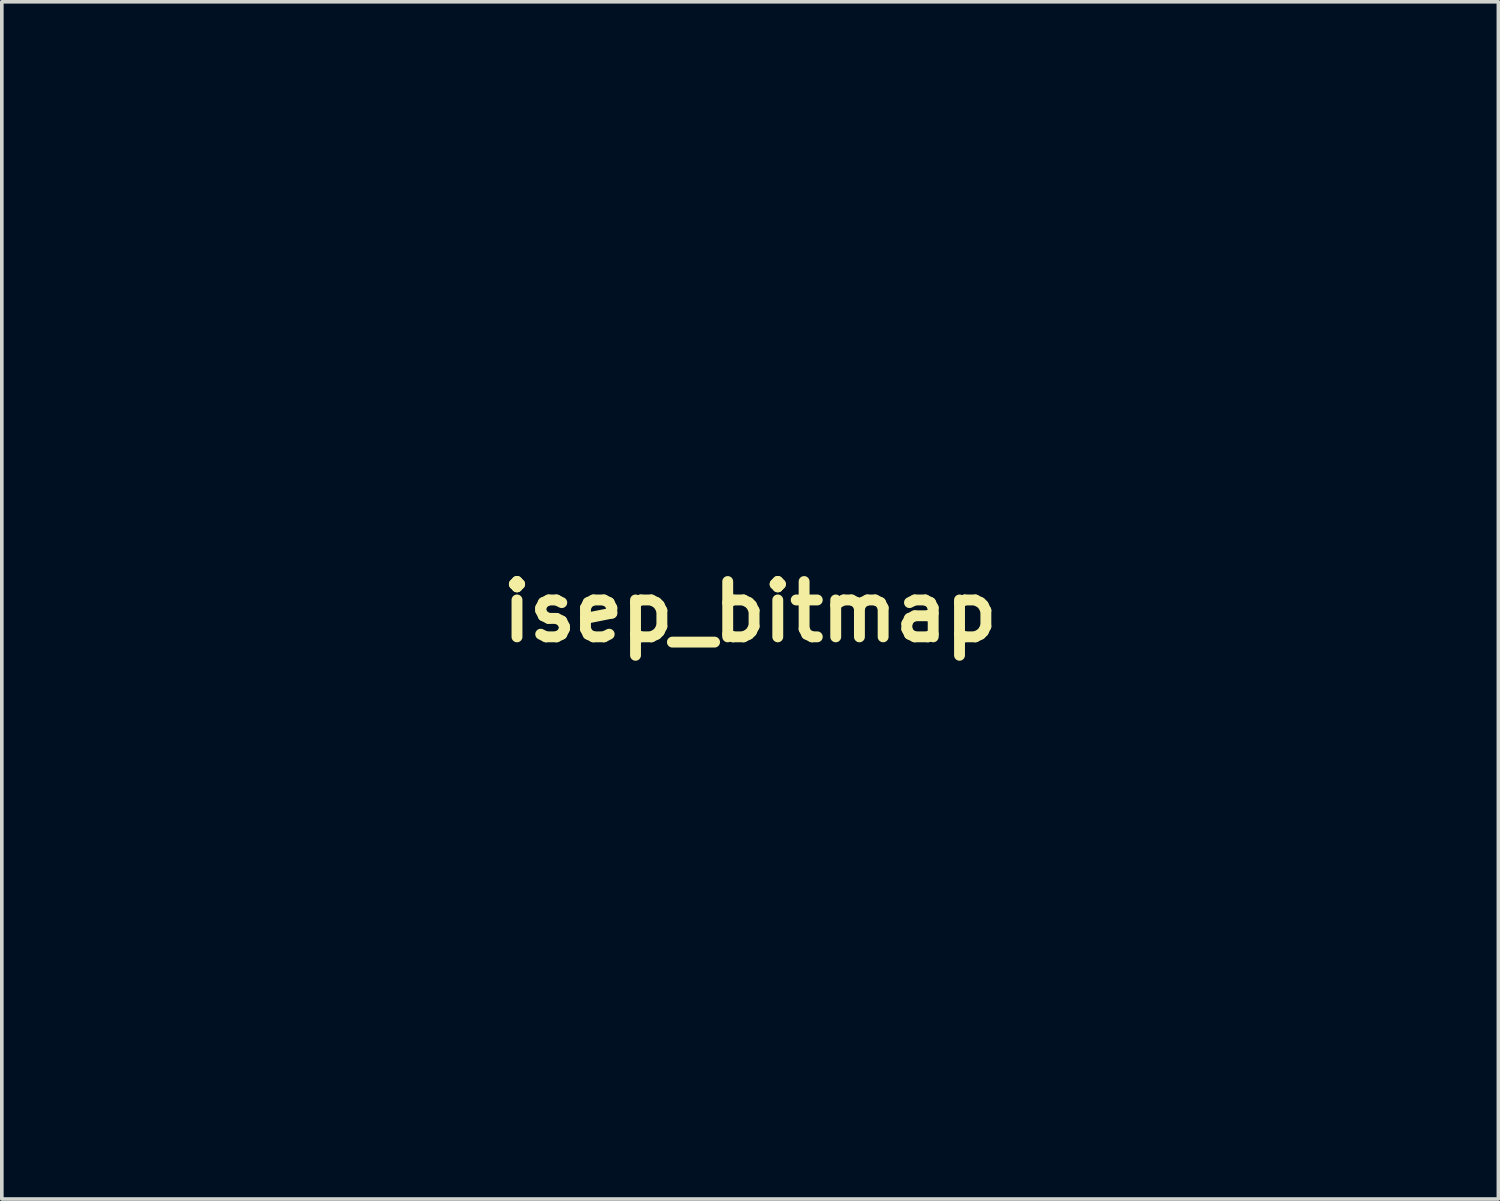
<source format=kicad_pcb>
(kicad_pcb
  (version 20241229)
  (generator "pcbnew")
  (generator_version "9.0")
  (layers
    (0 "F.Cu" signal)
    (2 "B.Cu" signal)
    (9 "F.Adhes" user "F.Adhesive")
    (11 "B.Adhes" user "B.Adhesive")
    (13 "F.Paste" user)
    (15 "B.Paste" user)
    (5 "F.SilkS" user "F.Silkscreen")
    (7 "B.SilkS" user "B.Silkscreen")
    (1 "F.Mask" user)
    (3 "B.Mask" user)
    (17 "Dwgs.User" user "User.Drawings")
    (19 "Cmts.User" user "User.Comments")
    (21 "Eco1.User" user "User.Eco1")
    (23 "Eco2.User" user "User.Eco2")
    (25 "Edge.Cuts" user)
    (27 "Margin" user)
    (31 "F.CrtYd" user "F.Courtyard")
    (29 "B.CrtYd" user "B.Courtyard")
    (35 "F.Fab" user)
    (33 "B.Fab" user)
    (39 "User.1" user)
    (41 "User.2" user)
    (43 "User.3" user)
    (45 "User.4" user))
  (footprint "isep_bitmap"
    (layer "F.Cu")
    (at 17.616 13.806)
    (property "Reference" "isep_bitmap" (at 0 0 0) (layer "F.SilkS") (effects (font (size 1.524 1.524) (thickness 0.3))))
    (attr through_hole)
    (fp_poly (pts (xy -7.62 -12.277) (xy -9.144 -12.277) (xy -9.144 -13.716) (xy -7.62 -13.716) (xy -7.62 -12.277)) (stroke (width 0.01) (type solid)) (fill no) (layer "Eco2.User"))
    (fp_poly (pts (xy -0.169 12.277) (xy -0.762 12.277) (xy -0.762 10.16) (xy -0.169 10.16) (xy -0.169 12.277)) (stroke (width 0.01) (type solid)) (fill no) (layer "Eco2.User"))
    (fp_poly (pts (xy -8.403 -10.989) (xy -7.662 -10.964) (xy -7.662 -3.26) (xy -8.403 -3.235) (xy -9.144 -3.211) (xy -9.144 -11.013) (xy -8.403 -10.989)) (stroke (width 0.01) (type solid)) (fill no) (layer "Eco2.User"))
    (fp_poly (pts (xy -10.953 5.292) (xy -10.937 5.439) (xy -11.014 5.593) (xy -11.147 5.659) (xy -11.273 5.617) (xy -11.311 5.556) (xy -11.317 5.369) (xy -11.184 5.263) (xy -11.08 5.249) (xy -10.953 5.292)) (stroke (width 0.01) (type solid)) (fill no) (layer "Eco2.User"))
    (fp_poly (pts (xy 8.312 5.238) (xy 8.423 5.36) (xy 8.443 5.524) (xy 8.436 5.545) (xy 8.319 5.658) (xy 8.157 5.655) (xy 8.1 5.616) (xy 8.044 5.466) (xy 8.081 5.3) (xy 8.164 5.221) (xy 8.312 5.238)) (stroke (width 0.01) (type solid)) (fill no) (layer "Eco2.User"))
    (fp_poly (pts (xy -0.3 9.343) (xy -0.192 9.5) (xy -0.188 9.69) (xy -0.278 9.842) (xy -0.382 9.888) (xy -0.573 9.861) (xy -0.657 9.808) (xy -0.753 9.627) (xy -0.727 9.449) (xy -0.613 9.32) (xy -0.444 9.282) (xy -0.3 9.343)) (stroke (width 0.01) (type solid)) (fill no) (layer "Eco2.User"))
    (fp_poly (pts (xy 8.234 6.027) (xy 8.314 6.045) (xy 8.368 6.093) (xy 8.401 6.199) (xy 8.417 6.392) (xy 8.424 6.701) (xy 8.424 7.069) (xy 8.421 7.508) (xy 8.409 7.804) (xy 8.385 7.985) (xy 8.345 8.078) (xy 8.293 8.109) (xy 8.143 8.098) (xy 8.103 8.074) (xy 8.08 7.971) (xy 8.061 7.734) (xy 8.048 7.398) (xy 8.043 7.007) (xy 8.044 6.582) (xy 8.051 6.297) (xy 8.069 6.128) (xy 8.103 6.044) (xy 8.159 6.02) (xy 8.234 6.027)) (stroke (width 0.01) (type solid)) (fill no) (layer "Eco2.User"))
    (fp_poly (pts (xy -11.021 6.021) (xy -10.973 6.068) (xy -10.944 6.181) (xy -10.929 6.386) (xy -10.923 6.711) (xy -10.922 7.07) (xy -10.924 7.509) (xy -10.931 7.806) (xy -10.949 7.989) (xy -10.982 8.086) (xy -11.034 8.123) (xy -11.091 8.128) (xy -11.162 8.118) (xy -11.209 8.071) (xy -11.238 7.959) (xy -11.254 7.754) (xy -11.26 7.429) (xy -11.261 7.07) (xy -11.259 6.63) (xy -11.252 6.333) (xy -11.234 6.15) (xy -11.201 6.054) (xy -11.149 6.017) (xy -11.091 6.011) (xy -11.021 6.021)) (stroke (width 0.01) (type solid)) (fill no) (layer "Eco2.User"))
    (fp_poly (pts (xy -6.011 10.316) (xy -5.745 10.184) (xy -5.427 10.091) (xy -5.165 10.155) (xy -4.962 10.369) (xy -4.823 10.729) (xy -4.751 11.23) (xy -4.741 11.536) (xy -4.741 12.277) (xy -5.334 12.277) (xy -5.334 11.594) (xy -5.357 11.105) (xy -5.427 10.774) (xy -5.541 10.6) (xy -5.698 10.587) (xy -5.878 10.716) (xy -5.95 10.839) (xy -5.992 11.051) (xy -6.01 11.386) (xy -6.011 11.563) (xy -6.011 12.277) (xy -6.604 12.277) (xy -6.604 9.229) (xy -6.011 9.229) (xy -6.011 10.316)) (stroke (width 0.01) (type solid)) (fill no) (layer "Eco2.User"))
    (fp_poly (pts (xy -1.047 10.15) (xy -1.017 10.333) (xy -1.016 10.372) (xy -1.036 10.577) (xy -1.111 10.659) (xy -1.179 10.668) (xy -1.376 10.709) (xy -1.506 10.848) (xy -1.58 11.105) (xy -1.608 11.502) (xy -1.609 11.605) (xy -1.609 12.277) (xy -2.201 12.277) (xy -2.201 10.16) (xy -1.947 10.16) (xy -1.756 10.191) (xy -1.692 10.296) (xy -1.692 10.308) (xy -1.668 10.395) (xy -1.629 10.363) (xy -1.491 10.241) (xy -1.288 10.128) (xy -1.112 10.075) (xy -1.106 10.075) (xy -1.047 10.15)) (stroke (width 0.01) (type solid)) (fill no) (layer "Eco2.User"))
    (fp_poly (pts (xy -16.828 9.331) (xy -16.044 9.356) (xy -16.018 9.588) (xy -16.01 9.717) (xy -16.05 9.786) (xy -16.175 9.815) (xy -16.423 9.821) (xy -16.504 9.821) (xy -17.018 9.821) (xy -17.018 10.499) (xy -16.552 10.499) (xy -16.286 10.503) (xy -16.148 10.531) (xy -16.095 10.605) (xy -16.087 10.749) (xy -16.087 10.753) (xy -16.094 10.898) (xy -16.146 10.973) (xy -16.282 11.002) (xy -16.545 11.007) (xy -17.018 11.007) (xy -17.018 11.769) (xy -16.002 11.769) (xy -16.002 12.277) (xy -17.611 12.277) (xy -17.611 9.307) (xy -16.828 9.331)) (stroke (width 0.01) (type solid)) (fill no) (layer "Eco2.User"))
    (fp_poly (pts (xy -17.38 5.172) (xy -17.336 5.21) (xy -17.306 5.301) (xy -17.287 5.469) (xy -17.277 5.738) (xy -17.273 6.13) (xy -17.272 6.646) (xy -17.273 7.179) (xy -17.277 7.567) (xy -17.288 7.831) (xy -17.307 7.996) (xy -17.337 8.085) (xy -17.382 8.121) (xy -17.441 8.128) (xy -17.502 8.121) (xy -17.547 8.083) (xy -17.577 7.992) (xy -17.596 7.823) (xy -17.606 7.555) (xy -17.61 7.163) (xy -17.611 6.646) (xy -17.61 6.113) (xy -17.606 5.726) (xy -17.595 5.462) (xy -17.576 5.297) (xy -17.545 5.208) (xy -17.5 5.171) (xy -17.441 5.165) (xy -17.38 5.172)) (stroke (width 0.01) (type solid)) (fill no) (layer "Eco2.User"))
    (fp_poly (pts (xy -14.372 10.108) (xy -14.227 10.159) (xy -14.041 10.26) (xy -13.91 10.402) (xy -13.824 10.616) (xy -13.77 10.934) (xy -13.736 11.387) (xy -13.733 11.45) (xy -13.693 12.277) (xy -14.393 12.277) (xy -14.393 11.478) (xy -14.396 11.103) (xy -14.41 10.864) (xy -14.441 10.726) (xy -14.497 10.655) (xy -14.567 10.624) (xy -14.746 10.601) (xy -14.869 10.678) (xy -14.944 10.873) (xy -14.98 11.205) (xy -14.986 11.525) (xy -14.986 12.277) (xy -15.579 12.277) (xy -15.579 10.16) (xy -15.325 10.16) (xy -15.146 10.184) (xy -15.071 10.242) (xy -15.071 10.243) (xy -15.005 10.265) (xy -14.84 10.215) (xy -14.78 10.188) (xy -14.555 10.103) (xy -14.372 10.108)) (stroke (width 0.01) (type solid)) (fill no) (layer "Eco2.User"))
    (fp_poly (pts (xy -7.683 10.108) (xy -7.538 10.159) (xy -7.352 10.26) (xy -7.222 10.402) (xy -7.135 10.616) (xy -7.081 10.934) (xy -7.048 11.387) (xy -7.044 11.45) (xy -7.005 12.277) (xy -7.705 12.277) (xy -7.705 11.478) (xy -7.708 11.103) (xy -7.721 10.864) (xy -7.753 10.726) (xy -7.808 10.655) (xy -7.878 10.624) (xy -8.057 10.601) (xy -8.18 10.678) (xy -8.255 10.873) (xy -8.291 11.205) (xy -8.297 11.525) (xy -8.297 12.277) (xy -8.89 12.277) (xy -8.89 10.16) (xy -8.636 10.16) (xy -8.458 10.184) (xy -8.382 10.242) (xy -8.382 10.243) (xy -8.316 10.265) (xy -8.151 10.215) (xy -8.092 10.188) (xy -7.866 10.103) (xy -7.683 10.108)) (stroke (width 0.01) (type solid)) (fill no) (layer "Eco2.User"))
    (fp_poly (pts (xy -6.923 -10.922) (xy -6.905 -10.671) (xy -6.891 -10.254) (xy -6.879 -9.675) (xy -6.869 -8.934) (xy -6.863 -8.035) (xy -6.859 -6.979) (xy -6.858 -5.969) (xy -6.859 -4.783) (xy -6.864 -3.751) (xy -6.871 -2.877) (xy -6.88 -2.161) (xy -6.893 -1.607) (xy -6.908 -1.217) (xy -6.926 -0.991) (xy -6.943 -0.931) (xy -6.963 -1.016) (xy -6.98 -1.267) (xy -6.995 -1.684) (xy -7.007 -2.263) (xy -7.016 -3.004) (xy -7.023 -3.903) (xy -7.026 -4.959) (xy -7.027 -5.969) (xy -7.026 -7.155) (xy -7.022 -8.187) (xy -7.015 -9.061) (xy -7.005 -9.777) (xy -6.993 -10.331) (xy -6.977 -10.721) (xy -6.96 -10.947) (xy -6.943 -11.007) (xy -6.923 -10.922)) (stroke (width 0.01) (type solid)) (fill no) (layer "Eco2.User"))
    (fp_poly (pts (xy -1.081 -6.858) (xy -1.063 -6.607) (xy -1.049 -6.19) (xy -1.037 -5.611) (xy -1.027 -4.87) (xy -1.021 -3.971) (xy -1.017 -2.915) (xy -1.016 -1.905) (xy -1.017 -0.719) (xy -1.022 0.313) (xy -1.029 1.187) (xy -1.038 1.903) (xy -1.051 2.457) (xy -1.066 2.847) (xy -1.084 3.073) (xy -1.101 3.133) (xy -1.121 3.048) (xy -1.138 2.797) (xy -1.153 2.38) (xy -1.165 1.801) (xy -1.174 1.06) (xy -1.181 0.161) (xy -1.184 -0.895) (xy -1.185 -1.905) (xy -1.184 -3.091) (xy -1.18 -4.123) (xy -1.173 -4.997) (xy -1.163 -5.713) (xy -1.151 -6.267) (xy -1.135 -6.657) (xy -1.118 -6.883) (xy -1.101 -6.943) (xy -1.081 -6.858)) (stroke (width 0.01) (type solid)) (fill no) (layer "Eco2.User"))
    (fp_poly (pts (xy 14.116 10.231) (xy 14.139 10.329) (xy 14.079 10.471) (xy 13.975 10.499) (xy 13.782 10.56) (xy 13.649 10.75) (xy 13.572 11.08) (xy 13.547 11.562) (xy 13.547 11.576) (xy 13.543 11.92) (xy 13.528 12.129) (xy 13.493 12.235) (xy 13.429 12.273) (xy 13.377 12.277) (xy 13.302 12.265) (xy 13.252 12.21) (xy 13.221 12.081) (xy 13.205 11.85) (xy 13.196 11.485) (xy 13.194 11.388) (xy 13.187 11.003) (xy 13.181 10.671) (xy 13.175 10.436) (xy 13.173 10.352) (xy 13.236 10.214) (xy 13.314 10.176) (xy 13.432 10.204) (xy 13.462 10.339) (xy 13.462 10.531) (xy 13.635 10.345) (xy 13.825 10.201) (xy 13.999 10.163) (xy 14.116 10.231)) (stroke (width 0.01) (type solid)) (fill no) (layer "Eco2.User"))
    (fp_poly (pts (xy 7.704 6.056) (xy 7.705 6.089) (xy 7.63 6.251) (xy 7.491 6.316) (xy 7.323 6.387) (xy 7.212 6.519) (xy 7.147 6.742) (xy 7.117 7.084) (xy 7.112 7.403) (xy 7.109 7.754) (xy 7.094 7.97) (xy 7.061 8.081) (xy 7.001 8.123) (xy 6.943 8.128) (xy 6.868 8.117) (xy 6.82 8.065) (xy 6.791 7.943) (xy 6.778 7.72) (xy 6.774 7.369) (xy 6.773 7.204) (xy 6.769 6.813) (xy 6.757 6.478) (xy 6.739 6.239) (xy 6.722 6.145) (xy 6.728 6.038) (xy 6.849 6.011) (xy 6.995 6.065) (xy 7.027 6.19) (xy 7.027 6.369) (xy 7.176 6.197) (xy 7.363 6.043) (xy 7.514 5.971) (xy 7.659 5.956) (xy 7.704 6.056)) (stroke (width 0.01) (type solid)) (fill no) (layer "Eco2.User"))
    (fp_poly (pts (xy 12.276 6.056) (xy 12.277 6.089) (xy 12.202 6.251) (xy 12.063 6.316) (xy 11.895 6.387) (xy 11.784 6.519) (xy 11.719 6.742) (xy 11.689 7.084) (xy 11.684 7.403) (xy 11.681 7.754) (xy 11.666 7.97) (xy 11.633 8.081) (xy 11.573 8.123) (xy 11.515 8.128) (xy 11.44 8.117) (xy 11.392 8.065) (xy 11.363 7.943) (xy 11.35 7.72) (xy 11.346 7.369) (xy 11.345 7.204) (xy 11.341 6.813) (xy 11.329 6.478) (xy 11.311 6.239) (xy 11.294 6.145) (xy 11.3 6.038) (xy 11.421 6.011) (xy 11.567 6.065) (xy 11.599 6.19) (xy 11.599 6.369) (xy 11.748 6.197) (xy 11.935 6.043) (xy 12.086 5.971) (xy 12.231 5.956) (xy 12.276 6.056)) (stroke (width 0.01) (type solid)) (fill no) (layer "Eco2.User"))
    (fp_poly (pts (xy 4.422 -13.716) (xy 4.439 -13.465) (xy 4.454 -13.048) (xy 4.466 -12.467) (xy 4.475 -11.725) (xy 4.482 -10.824) (xy 4.486 -9.765) (xy 4.487 -8.55) (xy 4.487 -8.509) (xy 4.486 -7.289) (xy 4.482 -6.225) (xy 4.475 -5.319) (xy 4.466 -4.572) (xy 4.454 -3.986) (xy 4.44 -3.564) (xy 4.423 -3.307) (xy 4.403 -3.217) (xy 4.403 -3.217) (xy 4.383 -3.302) (xy 4.366 -3.553) (xy 4.352 -3.97) (xy 4.34 -4.551) (xy 4.33 -5.293) (xy 4.324 -6.194) (xy 4.319 -7.253) (xy 4.318 -8.468) (xy 4.318 -8.509) (xy 4.319 -9.729) (xy 4.323 -10.793) (xy 4.33 -11.699) (xy 4.339 -12.446) (xy 4.351 -13.032) (xy 4.366 -13.454) (xy 4.383 -13.711) (xy 4.402 -13.801) (xy 4.403 -13.801) (xy 4.422 -13.716)) (stroke (width 0.01) (type solid)) (fill no) (layer "Eco2.User"))
    (fp_poly (pts (xy 16.923 10.189) (xy 17.226 10.35) (xy 17.453 10.624) (xy 17.58 10.994) (xy 17.588 11.399) (xy 17.478 11.765) (xy 17.26 12.061) (xy 16.969 12.263) (xy 16.639 12.346) (xy 16.306 12.288) (xy 16.298 12.285) (xy 16 12.073) (xy 15.798 11.767) (xy 15.696 11.407) (xy 15.696 11.235) (xy 16.056 11.235) (xy 16.103 11.585) (xy 16.205 11.809) (xy 16.339 11.961) (xy 16.512 12.011) (xy 16.663 12.006) (xy 16.892 11.959) (xy 17.043 11.833) (xy 17.136 11.68) (xy 17.246 11.358) (xy 17.245 11.05) (xy 17.155 10.779) (xy 16.996 10.57) (xy 16.79 10.449) (xy 16.557 10.439) (xy 16.317 10.567) (xy 16.257 10.625) (xy 16.108 10.893) (xy 16.056 11.235) (xy 15.696 11.235) (xy 15.695 11.033) (xy 15.798 10.685) (xy 16.007 10.402) (xy 16.179 10.283) (xy 16.566 10.161) (xy 16.923 10.189)) (stroke (width 0.01) (type solid)) (fill no) (layer "Eco2.User"))
    (fp_poly (pts (xy -12.283 5.61) (xy -12.277 5.754) (xy -12.26 5.927) (xy -12.177 5.998) (xy -11.98 6.011) (xy -11.761 6.039) (xy -11.685 6.127) (xy -11.684 6.138) (xy -11.748 6.232) (xy -11.953 6.265) (xy -11.98 6.265) (xy -12.277 6.265) (xy -12.277 6.926) (xy -12.252 7.396) (xy -12.179 7.704) (xy -12.057 7.851) (xy -11.908 7.848) (xy -11.795 7.85) (xy -11.769 7.961) (xy -11.804 8.078) (xy -11.941 8.124) (xy -12.055 8.128) (xy -12.295 8.087) (xy -12.457 7.988) (xy -12.525 7.815) (xy -12.574 7.49) (xy -12.602 7.057) (xy -12.619 6.685) (xy -12.642 6.451) (xy -12.678 6.324) (xy -12.734 6.273) (xy -12.793 6.265) (xy -12.926 6.21) (xy -12.954 6.138) (xy -12.883 6.035) (xy -12.785 6.011) (xy -12.643 5.951) (xy -12.615 5.845) (xy -12.547 5.675) (xy -12.446 5.588) (xy -12.328 5.544) (xy -12.283 5.61)) (stroke (width 0.01) (type solid)) (fill no) (layer "Eco2.User"))
    (fp_poly (pts (xy -9.91 5.666) (xy -9.906 5.765) (xy -9.884 5.94) (xy -9.783 6.004) (xy -9.652 6.011) (xy -9.45 6.049) (xy -9.398 6.138) (xy -9.474 6.239) (xy -9.652 6.265) (xy -9.906 6.265) (xy -9.906 6.975) (xy -9.888 7.414) (xy -9.83 7.699) (xy -9.728 7.844) (xy -9.575 7.859) (xy -9.526 7.844) (xy -9.421 7.856) (xy -9.398 7.961) (xy -9.465 8.087) (xy -9.628 8.139) (xy -9.834 8.118) (xy -10.026 8.028) (xy -10.113 7.94) (xy -10.187 7.767) (xy -10.229 7.49) (xy -10.244 7.078) (xy -10.245 7.008) (xy -10.248 6.652) (xy -10.261 6.432) (xy -10.294 6.316) (xy -10.352 6.271) (xy -10.414 6.265) (xy -10.552 6.212) (xy -10.583 6.138) (xy -10.513 6.035) (xy -10.414 6.011) (xy -10.279 5.959) (xy -10.245 5.81) (xy -10.181 5.623) (xy -10.075 5.563) (xy -9.954 5.56) (xy -9.91 5.666)) (stroke (width 0.01) (type solid)) (fill no) (layer "Eco2.User"))
    (fp_poly (pts (xy -4.161 6.009) (xy -3.874 6.18) (xy -3.657 6.447) (xy -3.53 6.786) (xy -3.514 7.174) (xy -3.604 7.524) (xy -3.816 7.86) (xy -4.11 8.067) (xy -4.45 8.138) (xy -4.802 8.065) (xy -5.129 7.842) (xy -5.131 7.84) (xy -5.308 7.64) (xy -5.393 7.453) (xy -5.418 7.198) (xy -5.419 7.116) (xy -5.395 6.9) (xy -5.068 6.9) (xy -5.057 7.149) (xy -4.97 7.509) (xy -4.805 7.751) (xy -4.584 7.862) (xy -4.333 7.828) (xy -4.102 7.666) (xy -3.947 7.406) (xy -3.885 7.076) (xy -3.918 6.741) (xy -4.05 6.471) (xy -4.067 6.451) (xy -4.316 6.289) (xy -4.589 6.281) (xy -4.843 6.422) (xy -4.913 6.498) (xy -5.028 6.686) (xy -5.068 6.9) (xy -5.395 6.9) (xy -5.369 6.663) (xy -5.212 6.33) (xy -4.938 6.096) (xy -4.86 6.055) (xy -4.496 5.96) (xy -4.161 6.009)) (stroke (width 0.01) (type solid)) (fill no) (layer "Eco2.User"))
    (fp_poly (pts (xy 10.028 5.963) (xy 10.36 6.102) (xy 10.609 6.355) (xy 10.768 6.685) (xy 10.828 7.055) (xy 10.783 7.426) (xy 10.624 7.761) (xy 10.433 7.962) (xy 10.16 8.087) (xy 9.82 8.126) (xy 9.494 8.074) (xy 9.332 7.996) (xy 9.074 7.731) (xy 8.934 7.405) (xy 8.905 7.08) (xy 9.271 7.08) (xy 9.329 7.4) (xy 9.481 7.666) (xy 9.695 7.835) (xy 9.864 7.874) (xy 10.044 7.815) (xy 10.236 7.671) (xy 10.251 7.656) (xy 10.409 7.375) (xy 10.458 7.027) (xy 10.395 6.675) (xy 10.306 6.494) (xy 10.142 6.323) (xy 9.914 6.266) (xy 9.864 6.265) (xy 9.582 6.339) (xy 9.385 6.551) (xy 9.283 6.885) (xy 9.271 7.08) (xy 8.905 7.08) (xy 8.902 7.051) (xy 8.967 6.7) (xy 9.119 6.384) (xy 9.346 6.133) (xy 9.637 5.98) (xy 9.983 5.955) (xy 10.028 5.963)) (stroke (width 0.01) (type solid)) (fill no) (layer "Eco2.User"))
    (fp_poly (pts (xy -6.272 5.61) (xy -6.265 5.754) (xy -6.249 5.927) (xy -6.166 5.998) (xy -5.969 6.011) (xy -5.75 6.039) (xy -5.673 6.127) (xy -5.673 6.138) (xy -5.737 6.232) (xy -5.942 6.265) (xy -5.969 6.265) (xy -6.265 6.265) (xy -6.265 6.926) (xy -6.241 7.396) (xy -6.168 7.704) (xy -6.045 7.851) (xy -5.897 7.848) (xy -5.784 7.85) (xy -5.757 7.961) (xy -5.824 8.087) (xy -5.988 8.139) (xy -6.193 8.118) (xy -6.385 8.028) (xy -6.472 7.94) (xy -6.546 7.767) (xy -6.588 7.49) (xy -6.604 7.078) (xy -6.604 7.008) (xy -6.607 6.652) (xy -6.621 6.432) (xy -6.653 6.316) (xy -6.711 6.271) (xy -6.773 6.265) (xy -6.911 6.212) (xy -6.943 6.138) (xy -6.872 6.035) (xy -6.773 6.011) (xy -6.631 5.951) (xy -6.604 5.845) (xy -6.536 5.675) (xy -6.435 5.588) (xy -6.317 5.544) (xy -6.272 5.61)) (stroke (width 0.01) (type solid)) (fill no) (layer "Eco2.User"))
    (fp_poly (pts (xy 6.79 10.19) (xy 7.007 10.306) (xy 7.111 10.4) (xy 7.331 10.727) (xy 7.424 11.11) (xy 7.395 11.504) (xy 7.249 11.864) (xy 6.991 12.147) (xy 6.927 12.19) (xy 6.631 12.327) (xy 6.356 12.34) (xy 6.038 12.237) (xy 5.766 12.035) (xy 5.588 11.732) (xy 5.508 11.371) (xy 5.52 11.135) (xy 5.869 11.135) (xy 5.878 11.459) (xy 5.98 11.751) (xy 6.06 11.86) (xy 6.282 11.993) (xy 6.558 12.011) (xy 6.804 11.915) (xy 6.944 11.723) (xy 7.027 11.434) (xy 7.039 11.11) (xy 7.01 10.944) (xy 6.871 10.669) (xy 6.646 10.489) (xy 6.383 10.436) (xy 6.31 10.448) (xy 6.093 10.582) (xy 5.943 10.827) (xy 5.869 11.135) (xy 5.52 11.135) (xy 5.527 10.993) (xy 5.647 10.639) (xy 5.87 10.351) (xy 5.945 10.292) (xy 6.149 10.208) (xy 6.424 10.163) (xy 6.502 10.16) (xy 6.79 10.19)) (stroke (width 0.01) (type solid)) (fill no) (layer "Eco2.User"))
    (fp_poly (pts (xy 14.867 9.803) (xy 14.901 9.942) (xy 14.927 10.098) (xy 15.041 10.155) (xy 15.155 10.16) (xy 15.341 10.187) (xy 15.407 10.286) (xy 15.409 10.329) (xy 15.369 10.453) (xy 15.221 10.497) (xy 15.155 10.499) (xy 14.901 10.499) (xy 14.901 11.127) (xy 14.909 11.53) (xy 14.938 11.793) (xy 14.998 11.944) (xy 15.1 12.011) (xy 15.213 12.023) (xy 15.369 12.056) (xy 15.394 12.171) (xy 15.297 12.301) (xy 15.112 12.346) (xy 14.897 12.303) (xy 14.737 12.197) (xy 14.652 12.089) (xy 14.599 11.948) (xy 14.572 11.731) (xy 14.563 11.399) (xy 14.563 11.261) (xy 14.56 10.899) (xy 14.547 10.674) (xy 14.516 10.554) (xy 14.46 10.506) (xy 14.393 10.499) (xy 14.252 10.439) (xy 14.224 10.329) (xy 14.285 10.187) (xy 14.387 10.16) (xy 14.534 10.089) (xy 14.578 9.97) (xy 14.65 9.803) (xy 14.765 9.746) (xy 14.867 9.803)) (stroke (width 0.01) (type solid)) (fill no) (layer "Eco2.User"))
    (fp_poly (pts (xy -13.442 6.003) (xy -13.271 6.105) (xy -13.254 6.206) (xy -13.374 6.283) (xy -13.619 6.315) (xy -13.656 6.315) (xy -13.887 6.323) (xy -13.998 6.376) (xy -14.039 6.494) (xy -14.018 6.636) (xy -13.886 6.762) (xy -13.727 6.852) (xy -13.375 7.085) (xy -13.179 7.336) (xy -13.144 7.597) (xy -13.274 7.858) (xy -13.331 7.92) (xy -13.543 8.071) (xy -13.814 8.125) (xy -13.903 8.127) (xy -14.154 8.111) (xy -14.341 8.072) (xy -14.375 8.056) (xy -14.443 7.93) (xy -14.431 7.851) (xy -14.361 7.762) (xy -14.224 7.786) (xy -14.181 7.805) (xy -13.928 7.861) (xy -13.7 7.815) (xy -13.54 7.69) (xy -13.489 7.51) (xy -13.508 7.429) (xy -13.602 7.33) (xy -13.796 7.196) (xy -13.93 7.12) (xy -14.226 6.916) (xy -14.365 6.707) (xy -14.366 6.703) (xy -14.362 6.421) (xy -14.226 6.183) (xy -13.996 6.019) (xy -13.708 5.955) (xy -13.442 6.003)) (stroke (width 0.01) (type solid)) (fill no) (layer "Eco2.User"))
    (fp_poly (pts (xy 9.888 9.424) (xy 10.195 9.573) (xy 10.295 9.661) (xy 10.426 9.926) (xy 10.456 10.218) (xy 10.434 10.487) (xy 10.342 10.678) (xy 10.18 10.844) (xy 9.889 11.037) (xy 9.552 11.111) (xy 9.292 11.106) (xy 9.214 11.121) (xy 9.169 11.204) (xy 9.148 11.392) (xy 9.144 11.685) (xy 9.139 11.996) (xy 9.119 12.174) (xy 9.072 12.256) (xy 8.988 12.277) (xy 8.975 12.277) (xy 8.913 12.269) (xy 8.868 12.231) (xy 8.838 12.137) (xy 8.819 11.966) (xy 8.81 11.692) (xy 8.806 11.293) (xy 8.805 10.845) (xy 8.805 9.652) (xy 9.144 9.652) (xy 9.144 10.837) (xy 9.431 10.837) (xy 9.685 10.794) (xy 9.893 10.689) (xy 10.08 10.443) (xy 10.124 10.178) (xy 10.039 9.933) (xy 9.842 9.745) (xy 9.548 9.655) (xy 9.477 9.652) (xy 9.144 9.652) (xy 8.805 9.652) (xy 8.805 9.413) (xy 9.134 9.357) (xy 9.513 9.346) (xy 9.888 9.424)) (stroke (width 0.01) (type solid)) (fill no) (layer "Eco2.User"))
    (fp_poly (pts (xy 12.083 10.223) (xy 12.41 10.446) (xy 12.412 10.448) (xy 12.589 10.648) (xy 12.674 10.835) (xy 12.699 11.09) (xy 12.7 11.172) (xy 12.648 11.63) (xy 12.489 11.967) (xy 12.214 12.197) (xy 12.162 12.223) (xy 11.836 12.338) (xy 11.553 12.334) (xy 11.378 12.278) (xy 11.093 12.078) (xy 10.896 11.768) (xy 10.8 11.389) (xy 10.809 11.194) (xy 11.167 11.194) (xy 11.187 11.523) (xy 11.296 11.794) (xy 11.345 11.853) (xy 11.592 11.995) (xy 11.871 12.005) (xy 12.12 11.882) (xy 12.158 11.844) (xy 12.267 11.654) (xy 12.314 11.37) (xy 12.319 11.202) (xy 12.306 10.91) (xy 12.253 10.728) (xy 12.143 10.596) (xy 12.119 10.576) (xy 11.857 10.434) (xy 11.611 10.457) (xy 11.384 10.622) (xy 11.233 10.872) (xy 11.167 11.194) (xy 10.809 11.194) (xy 10.819 10.985) (xy 10.885 10.764) (xy 11.097 10.428) (xy 11.391 10.221) (xy 11.732 10.15) (xy 12.083 10.223)) (stroke (width 0.01) (type solid)) (fill no) (layer "Eco2.User"))
    (fp_poly (pts (xy 5.863 6.096) (xy 6.098 6.313) (xy 6.239 6.623) (xy 6.265 6.85) (xy 6.265 7.112) (xy 4.849 7.112) (xy 4.89 7.326) (xy 5.021 7.602) (xy 5.27 7.784) (xy 5.599 7.851) (xy 5.732 7.842) (xy 5.99 7.83) (xy 6.135 7.873) (xy 6.145 7.886) (xy 6.146 7.996) (xy 6.019 8.075) (xy 5.804 8.121) (xy 5.54 8.131) (xy 5.267 8.103) (xy 5.023 8.035) (xy 4.886 7.957) (xy 4.659 7.679) (xy 4.536 7.313) (xy 4.523 6.91) (xy 4.578 6.702) (xy 4.911 6.702) (xy 4.933 6.79) (xy 5.026 6.837) (xy 5.227 6.856) (xy 5.419 6.858) (xy 5.733 6.844) (xy 5.895 6.8) (xy 5.927 6.75) (xy 5.854 6.532) (xy 5.677 6.35) (xy 5.46 6.266) (xy 5.442 6.265) (xy 5.192 6.327) (xy 4.997 6.483) (xy 4.911 6.686) (xy 4.911 6.702) (xy 4.578 6.702) (xy 4.626 6.521) (xy 4.706 6.373) (xy 4.957 6.111) (xy 5.258 5.984) (xy 5.571 5.983) (xy 5.863 6.096)) (stroke (width 0.01) (type solid)) (fill no) (layer "Eco2.User"))
    (fp_poly (pts (xy 17.196 6.057) (xy 17.437 6.274) (xy 17.581 6.595) (xy 17.611 6.854) (xy 17.611 7.112) (xy 16.933 7.112) (xy 16.597 7.114) (xy 16.396 7.129) (xy 16.295 7.165) (xy 16.26 7.234) (xy 16.256 7.318) (xy 16.332 7.561) (xy 16.534 7.745) (xy 16.823 7.842) (xy 17.078 7.842) (xy 17.325 7.835) (xy 17.481 7.88) (xy 17.517 7.962) (xy 17.431 8.052) (xy 17.241 8.107) (xy 16.96 8.122) (xy 16.66 8.098) (xy 16.414 8.04) (xy 16.361 8.016) (xy 16.083 7.784) (xy 15.929 7.457) (xy 15.888 7.044) (xy 15.943 6.652) (xy 16.272 6.652) (xy 16.275 6.775) (xy 16.413 6.838) (xy 16.7 6.858) (xy 16.764 6.858) (xy 17.053 6.85) (xy 17.209 6.819) (xy 17.268 6.755) (xy 17.272 6.716) (xy 17.201 6.492) (xy 17.023 6.34) (xy 16.791 6.275) (xy 16.557 6.314) (xy 16.388 6.454) (xy 16.272 6.652) (xy 15.943 6.652) (xy 15.95 6.608) (xy 16.128 6.288) (xy 16.434 6.066) (xy 16.539 6.022) (xy 16.888 5.965) (xy 17.196 6.057)) (stroke (width 0.01) (type solid)) (fill no) (layer "Eco2.User"))
    (fp_poly (pts (xy 1.372 10.155) (xy 1.612 10.262) (xy 1.778 10.431) (xy 1.882 10.689) (xy 1.935 11.064) (xy 1.947 11.51) (xy 1.947 12.277) (xy 1.693 12.277) (xy 1.515 12.252) (xy 1.439 12.191) (xy 1.439 12.19) (xy 1.375 12.163) (xy 1.213 12.22) (xy 1.19 12.232) (xy 0.934 12.338) (xy 0.733 12.341) (xy 0.55 12.264) (xy 0.288 12.047) (xy 0.169 11.788) (xy 0.177 11.674) (xy 0.763 11.674) (xy 0.818 11.797) (xy 0.969 11.854) (xy 1.157 11.83) (xy 1.292 11.742) (xy 1.303 11.719) (xy 1.36 11.455) (xy 1.297 11.302) (xy 1.128 11.273) (xy 0.926 11.348) (xy 0.796 11.49) (xy 0.763 11.674) (xy 0.177 11.674) (xy 0.188 11.515) (xy 0.334 11.258) (xy 0.599 11.047) (xy 0.925 10.923) (xy 1.179 10.849) (xy 1.291 10.773) (xy 1.294 10.694) (xy 1.219 10.615) (xy 1.049 10.591) (xy 0.838 10.603) (xy 0.553 10.608) (xy 0.398 10.543) (xy 0.341 10.389) (xy 0.339 10.326) (xy 0.415 10.238) (xy 0.608 10.169) (xy 0.867 10.126) (xy 1.141 10.12) (xy 1.372 10.155)) (stroke (width 0.01) (type solid)) (fill no) (layer "Eco2.User"))
    (fp_poly (pts (xy 1.596 6.022) (xy 1.643 6.071) (xy 1.672 6.187) (xy 1.687 6.396) (xy 1.693 6.727) (xy 1.693 7.07) (xy 1.69 7.517) (xy 1.68 7.82) (xy 1.658 8.006) (xy 1.622 8.1) (xy 1.569 8.128) (xy 1.564 8.128) (xy 1.422 8.06) (xy 1.386 8.002) (xy 1.332 7.922) (xy 1.236 7.95) (xy 1.158 8.002) (xy 0.904 8.104) (xy 0.608 8.119) (xy 0.354 8.047) (xy 0.316 8.022) (xy 0.164 7.841) (xy 0.064 7.555) (xy 0.012 7.144) (xy 0 6.725) (xy 0.003 6.377) (xy 0.018 6.165) (xy 0.052 6.055) (xy 0.114 6.016) (xy 0.169 6.011) (xy 0.26 6.028) (xy 0.311 6.102) (xy 0.334 6.271) (xy 0.339 6.571) (xy 0.339 6.583) (xy 0.368 7.128) (xy 0.451 7.524) (xy 0.586 7.767) (xy 0.772 7.853) (xy 1.007 7.781) (xy 1.09 7.726) (xy 1.196 7.635) (xy 1.263 7.529) (xy 1.303 7.367) (xy 1.324 7.109) (xy 1.337 6.786) (xy 1.351 6.419) (xy 1.372 6.191) (xy 1.408 6.068) (xy 1.465 6.019) (xy 1.527 6.011) (xy 1.596 6.022)) (stroke (width 0.01) (type solid)) (fill no) (layer "Eco2.User"))
    (fp_poly (pts (xy -15.362 6.015) (xy -15.112 6.225) (xy -15.065 6.295) (xy -14.982 6.47) (xy -14.931 6.689) (xy -14.907 6.998) (xy -14.902 7.345) (xy -14.904 7.713) (xy -14.917 7.943) (xy -14.946 8.068) (xy -14.999 8.119) (xy -15.071 8.128) (xy -15.154 8.114) (xy -15.205 8.05) (xy -15.231 7.903) (xy -15.24 7.638) (xy -15.241 7.429) (xy -15.255 7.066) (xy -15.29 6.752) (xy -15.34 6.541) (xy -15.349 6.519) (xy -15.523 6.334) (xy -15.758 6.28) (xy -16 6.362) (xy -16.082 6.43) (xy -16.167 6.537) (xy -16.219 6.679) (xy -16.246 6.895) (xy -16.256 7.227) (xy -16.256 7.366) (xy -16.259 7.728) (xy -16.272 7.953) (xy -16.303 8.073) (xy -16.359 8.121) (xy -16.425 8.128) (xy -16.496 8.118) (xy -16.543 8.071) (xy -16.572 7.959) (xy -16.588 7.754) (xy -16.594 7.429) (xy -16.595 7.07) (xy -16.591 6.617) (xy -16.579 6.309) (xy -16.556 6.122) (xy -16.518 6.031) (xy -16.475 6.011) (xy -16.346 6.068) (xy -16.323 6.107) (xy -16.239 6.146) (xy -16.042 6.074) (xy -16.013 6.059) (xy -15.67 5.958) (xy -15.362 6.015)) (stroke (width 0.01) (type solid)) (fill no) (layer "Eco2.User"))
    (fp_poly (pts (xy -0.834 5.189) (xy -0.686 5.242) (xy -0.609 5.373) (xy -0.618 5.446) (xy -0.68 5.525) (xy -0.81 5.525) (xy -0.964 5.484) (xy -1.201 5.436) (xy -1.384 5.481) (xy -1.477 5.535) (xy -1.647 5.728) (xy -1.692 5.967) (xy -1.629 6.145) (xy -1.525 6.232) (xy -1.319 6.364) (xy -1.115 6.48) (xy -0.754 6.728) (xy -0.517 7.008) (xy -0.424 7.293) (xy -0.423 7.315) (xy -0.494 7.598) (xy -0.673 7.863) (xy -0.859 8.007) (xy -1.137 8.095) (xy -1.468 8.124) (xy -1.78 8.092) (xy -1.995 8.007) (xy -2.107 7.879) (xy -2.077 7.791) (xy -1.93 7.759) (xy -1.691 7.799) (xy -1.682 7.802) (xy -1.417 7.852) (xy -1.19 7.803) (xy -1.134 7.777) (xy -0.971 7.672) (xy -0.902 7.525) (xy -0.889 7.323) (xy -0.901 7.118) (xy -0.964 6.984) (xy -1.116 6.867) (xy -1.283 6.773) (xy -1.65 6.555) (xy -1.88 6.364) (xy -2 6.172) (xy -2.032 5.963) (xy -2.004 5.649) (xy -1.903 5.444) (xy -1.7 5.295) (xy -1.687 5.289) (xy -1.426 5.203) (xy -1.116 5.169) (xy -0.834 5.189)) (stroke (width 0.01) (type solid)) (fill no) (layer "Eco2.User"))
    (fp_poly (pts (xy -9.917 10.121) (xy -9.641 10.247) (xy -9.421 10.492) (xy -9.313 10.755) (xy -9.244 11.055) (xy -9.249 11.242) (xy -9.355 11.346) (xy -9.584 11.394) (xy -9.886 11.413) (xy -10.223 11.435) (xy -10.417 11.473) (xy -10.494 11.533) (xy -10.499 11.558) (xy -10.422 11.705) (xy -10.215 11.805) (xy -9.917 11.844) (xy -9.794 11.839) (xy -9.569 11.833) (xy -9.461 11.874) (xy -9.42 11.989) (xy -9.415 12.033) (xy -9.418 12.18) (xy -9.503 12.258) (xy -9.711 12.306) (xy -9.965 12.343) (xy -10.138 12.345) (xy -10.315 12.313) (xy -10.368 12.3) (xy -10.724 12.134) (xy -10.96 11.852) (xy -11.072 11.459) (xy -11.071 11.082) (xy -11.021 10.886) (xy -10.499 10.886) (xy -10.434 10.972) (xy -10.229 11.006) (xy -10.16 11.007) (xy -9.92 10.984) (xy -9.825 10.91) (xy -9.821 10.886) (xy -9.879 10.734) (xy -10.008 10.58) (xy -10.145 10.5) (xy -10.16 10.499) (xy -10.293 10.564) (xy -10.427 10.712) (xy -10.498 10.869) (xy -10.499 10.886) (xy -11.021 10.886) (xy -10.972 10.697) (xy -10.776 10.402) (xy -10.515 10.204) (xy -10.218 10.109) (xy -9.917 10.121)) (stroke (width 0.01) (type solid)) (fill no) (layer "Eco2.User"))
    (fp_poly (pts (xy -7.38 6.021) (xy -7.333 6.068) (xy -7.304 6.181) (xy -7.288 6.386) (xy -7.282 6.711) (xy -7.281 7.07) (xy -7.283 7.509) (xy -7.29 7.806) (xy -7.308 7.989) (xy -7.341 8.086) (xy -7.393 8.123) (xy -7.451 8.128) (xy -7.59 8.073) (xy -7.62 7.996) (xy -7.635 7.912) (xy -7.711 7.932) (xy -7.808 7.996) (xy -8.068 8.102) (xy -8.366 8.12) (xy -8.621 8.047) (xy -8.658 8.022) (xy -8.811 7.841) (xy -8.91 7.555) (xy -8.963 7.144) (xy -8.975 6.725) (xy -8.971 6.376) (xy -8.955 6.163) (xy -8.92 6.054) (xy -8.859 6.015) (xy -8.815 6.011) (xy -8.741 6.028) (xy -8.691 6.098) (xy -8.658 6.252) (xy -8.636 6.521) (xy -8.621 6.826) (xy -8.598 7.221) (xy -8.567 7.481) (xy -8.52 7.642) (xy -8.449 7.737) (xy -8.425 7.757) (xy -8.217 7.861) (xy -8.027 7.827) (xy -7.828 7.666) (xy -7.725 7.548) (xy -7.663 7.415) (xy -7.632 7.223) (xy -7.621 6.929) (xy -7.62 6.735) (xy -7.617 6.384) (xy -7.602 6.169) (xy -7.569 6.058) (xy -7.508 6.016) (xy -7.451 6.011) (xy -7.38 6.021)) (stroke (width 0.01) (type solid)) (fill no) (layer "Eco2.User"))
    (fp_poly (pts (xy -3.415 10.111) (xy -3.138 10.185) (xy -2.92 10.33) (xy -2.911 10.339) (xy -2.834 10.458) (xy -2.779 10.636) (xy -2.741 10.908) (xy -2.714 11.307) (xy -2.709 11.396) (xy -2.667 12.277) (xy -2.942 12.277) (xy -3.129 12.255) (xy -3.217 12.203) (xy -3.217 12.197) (xy -3.281 12.176) (xy -3.436 12.231) (xy -3.45 12.239) (xy -3.67 12.334) (xy -3.84 12.342) (xy -3.979 12.301) (xy -4.251 12.126) (xy -4.386 11.851) (xy -4.403 11.678) (xy -4.4 11.66) (xy -3.808 11.66) (xy -3.773 11.82) (xy -3.704 11.877) (xy -3.51 11.872) (xy -3.361 11.737) (xy -3.302 11.512) (xy -3.332 11.32) (xy -3.438 11.268) (xy -3.641 11.346) (xy -3.646 11.348) (xy -3.763 11.479) (xy -3.808 11.66) (xy -4.4 11.66) (xy -4.367 11.422) (xy -4.233 11.224) (xy -4.142 11.141) (xy -3.929 10.999) (xy -3.731 10.924) (xy -3.698 10.921) (xy -3.475 10.882) (xy -3.345 10.788) (xy -3.344 10.668) (xy -3.482 10.602) (xy -3.772 10.599) (xy -3.821 10.604) (xy -4.067 10.621) (xy -4.189 10.599) (xy -4.23 10.524) (xy -4.233 10.45) (xy -4.16 10.278) (xy -3.97 10.161) (xy -3.707 10.105) (xy -3.415 10.111)) (stroke (width 0.01) (type solid)) (fill no) (layer "Eco2.User"))
    (fp_poly (pts (xy -12.326 10.142) (xy -12.114 10.188) (xy -11.841 10.191) (xy -11.779 10.185) (xy -11.43 10.138) (xy -11.435 11.186) (xy -11.448 11.767) (xy -11.487 12.207) (xy -11.556 12.531) (xy -11.664 12.765) (xy -11.815 12.937) (xy -11.865 12.977) (xy -12.136 13.104) (xy -12.482 13.173) (xy -12.823 13.173) (xy -13.018 13.125) (xy -13.175 13.023) (xy -13.197 12.877) (xy -13.158 12.754) (xy -13.086 12.676) (xy -12.923 12.655) (xy -12.711 12.672) (xy -12.41 12.682) (xy -12.224 12.604) (xy -12.109 12.408) (xy -12.059 12.234) (xy -12.023 12.064) (xy -12.052 12.037) (xy -12.165 12.129) (xy -12.419 12.252) (xy -12.727 12.264) (xy -12.959 12.189) (xy -13.166 11.991) (xy -13.306 11.683) (xy -13.373 11.316) (xy -13.369 11.22) (xy -12.785 11.22) (xy -12.735 11.517) (xy -12.611 11.715) (xy -12.446 11.803) (xy -12.275 11.773) (xy -12.133 11.616) (xy -12.067 11.408) (xy -12.052 11.087) (xy -12.115 10.817) (xy -12.24 10.641) (xy -12.335 10.6) (xy -12.557 10.64) (xy -12.71 10.821) (xy -12.781 11.124) (xy -12.785 11.22) (xy -13.369 11.22) (xy -13.357 10.937) (xy -13.253 10.597) (xy -13.218 10.534) (xy -12.997 10.286) (xy -12.721 10.137) (xy -12.442 10.108) (xy -12.326 10.142)) (stroke (width 0.01) (type solid)) (fill no) (layer "Eco2.User"))
    (fp_poly (pts (xy 15.272 5.036) (xy 15.311 5.1) (xy 15.34 5.229) (xy 15.36 5.443) (xy 15.374 5.767) (xy 15.384 6.223) (xy 15.39 6.584) (xy 15.398 7.13) (xy 15.4 7.529) (xy 15.394 7.804) (xy 15.379 7.979) (xy 15.353 8.076) (xy 15.312 8.118) (xy 15.255 8.128) (xy 15.242 8.128) (xy 15.101 8.073) (xy 15.071 7.996) (xy 15.055 7.912) (xy 14.979 7.932) (xy 14.882 7.996) (xy 14.566 8.123) (xy 14.227 8.104) (xy 13.918 7.944) (xy 13.847 7.878) (xy 13.639 7.554) (xy 13.553 7.18) (xy 13.916 7.18) (xy 13.967 7.4) (xy 14.125 7.698) (xy 14.34 7.85) (xy 14.592 7.848) (xy 14.81 7.726) (xy 14.946 7.543) (xy 15.036 7.293) (xy 15.041 7.265) (xy 15.054 6.858) (xy 14.959 6.542) (xy 14.765 6.338) (xy 14.486 6.265) (xy 14.485 6.265) (xy 14.222 6.34) (xy 14.029 6.54) (xy 13.922 6.832) (xy 13.916 7.18) (xy 13.553 7.18) (xy 13.552 7.177) (xy 13.579 6.788) (xy 13.715 6.432) (xy 13.952 6.153) (xy 14.114 6.051) (xy 14.326 5.966) (xy 14.496 5.959) (xy 14.717 6.028) (xy 14.742 6.038) (xy 15.071 6.167) (xy 15.071 5.575) (xy 15.076 5.264) (xy 15.096 5.089) (xy 15.142 5.016) (xy 15.219 5.011) (xy 15.272 5.036)) (stroke (width 0.01) (type solid)) (fill no) (layer "Eco2.User"))
    (fp_poly (pts (xy 3.656 6.047) (xy 3.919 6.25) (xy 4.096 6.556) (xy 4.172 6.934) (xy 4.138 7.359) (xy 4.053 7.637) (xy 3.867 7.899) (xy 3.585 8.07) (xy 3.259 8.133) (xy 2.944 8.072) (xy 2.834 8.011) (xy 2.742 7.956) (xy 2.692 7.977) (xy 2.672 8.102) (xy 2.667 8.362) (xy 2.667 8.411) (xy 2.657 8.715) (xy 2.62 8.884) (xy 2.549 8.952) (xy 2.536 8.955) (xy 2.385 8.945) (xy 2.345 8.921) (xy 2.326 8.821) (xy 2.309 8.58) (xy 2.296 8.229) (xy 2.288 7.795) (xy 2.286 7.437) (xy 2.287 7.078) (xy 2.709 7.078) (xy 2.718 7.385) (xy 2.754 7.572) (xy 2.831 7.689) (xy 2.898 7.742) (xy 3.161 7.861) (xy 3.402 7.82) (xy 3.602 7.666) (xy 3.741 7.482) (xy 3.801 7.252) (xy 3.81 7.047) (xy 3.756 6.673) (xy 3.602 6.411) (xy 3.362 6.278) (xy 3.242 6.265) (xy 2.983 6.313) (xy 2.816 6.469) (xy 2.729 6.751) (xy 2.709 7.078) (xy 2.287 7.078) (xy 2.287 6.915) (xy 2.291 6.539) (xy 2.303 6.285) (xy 2.323 6.129) (xy 2.356 6.047) (xy 2.403 6.016) (xy 2.455 6.011) (xy 2.597 6.069) (xy 2.625 6.151) (xy 2.64 6.238) (xy 2.711 6.21) (xy 2.801 6.132) (xy 3.052 6.006) (xy 3.317 5.973) (xy 3.656 6.047)) (stroke (width 0.01) (type solid)) (fill no) (layer "Eco2.User"))
    (fp_poly (pts (xy 5.08 10.747) (xy 5.079 11.29) (xy 5.075 11.686) (xy 5.065 11.96) (xy 5.047 12.132) (xy 5.018 12.227) (xy 4.975 12.268) (xy 4.917 12.277) (xy 4.911 12.277) (xy 4.769 12.219) (xy 4.741 12.137) (xy 4.729 12.044) (xy 4.663 12.07) (xy 4.588 12.136) (xy 4.336 12.274) (xy 4.029 12.327) (xy 3.768 12.284) (xy 3.511 12.127) (xy 3.352 11.898) (xy 3.274 11.565) (xy 3.268 11.43) (xy 3.574 11.43) (xy 3.662 11.738) (xy 3.837 11.953) (xy 3.844 11.958) (xy 4.065 12.019) (xy 4.323 11.982) (xy 4.502 11.883) (xy 4.594 11.752) (xy 4.643 11.544) (xy 4.657 11.214) (xy 4.657 11.207) (xy 4.649 10.905) (xy 4.617 10.722) (xy 4.543 10.608) (xy 4.446 10.534) (xy 4.171 10.438) (xy 3.912 10.501) (xy 3.706 10.71) (xy 3.685 10.75) (xy 3.579 11.082) (xy 3.574 11.43) (xy 3.268 11.43) (xy 3.26 11.245) (xy 3.265 10.928) (xy 3.293 10.726) (xy 3.361 10.585) (xy 3.488 10.451) (xy 3.536 10.407) (xy 3.851 10.214) (xy 4.184 10.16) (xy 4.49 10.25) (xy 4.532 10.277) (xy 4.621 10.33) (xy 4.671 10.312) (xy 4.693 10.194) (xy 4.699 9.945) (xy 4.699 9.833) (xy 4.704 9.531) (xy 4.727 9.359) (xy 4.78 9.277) (xy 4.878 9.246) (xy 4.889 9.244) (xy 5.08 9.217) (xy 5.08 10.747)) (stroke (width 0.01) (type solid)) (fill no) (layer "Eco2.User"))
    (fp_poly (pts (xy 7.973 -11.071) (xy 8.392 -10.95) (xy 8.744 -10.695) (xy 8.994 -10.334) (xy 9.065 -10.138) (xy 9.09 -9.953) (xy 9.109 -9.612) (xy 9.123 -9.126) (xy 9.13 -8.507) (xy 9.132 -7.769) (xy 9.127 -7.003) (xy 9.12 -6.238) (xy 9.113 -5.623) (xy 9.104 -5.138) (xy 9.092 -4.766) (xy 9.077 -4.486) (xy 9.056 -4.279) (xy 9.028 -4.125) (xy 8.992 -4.007) (xy 8.947 -3.903) (xy 8.906 -3.825) (xy 8.64 -3.493) (xy 8.272 -3.253) (xy 7.856 -3.139) (xy 7.765 -3.135) (xy 7.419 -3.193) (xy 7.042 -3.353) (xy 6.709 -3.58) (xy 6.668 -3.619) (xy 6.435 -3.842) (xy 6.435 -0.847) (xy 4.911 -0.847) (xy 4.911 -9.563) (xy 6.435 -9.563) (xy 6.435 -7.12) (xy 6.435 -6.414) (xy 6.437 -5.858) (xy 6.441 -5.433) (xy 6.45 -5.119) (xy 6.465 -4.898) (xy 6.486 -4.751) (xy 6.517 -4.657) (xy 6.557 -4.599) (xy 6.608 -4.556) (xy 6.625 -4.544) (xy 6.871 -4.437) (xy 7.138 -4.411) (xy 7.332 -4.467) (xy 7.415 -4.537) (xy 7.48 -4.637) (xy 7.53 -4.786) (xy 7.567 -5.002) (xy 7.592 -5.304) (xy 7.608 -5.713) (xy 7.617 -6.245) (xy 7.62 -6.921) (xy 7.62 -7.206) (xy 7.619 -7.901) (xy 7.615 -8.447) (xy 7.608 -8.862) (xy 7.595 -9.168) (xy 7.576 -9.382) (xy 7.55 -9.525) (xy 7.515 -9.616) (xy 7.48 -9.666) (xy 7.251 -9.801) (xy 6.95 -9.794) (xy 6.684 -9.692) (xy 6.435 -9.563) (xy 4.911 -9.563) (xy 4.911 -11.007) (xy 6.435 -11.007) (xy 6.435 -10.424) (xy 6.707 -10.672) (xy 7.114 -10.948) (xy 7.578 -11.072) (xy 7.973 -11.071)) (stroke (width 0.01) (type solid)) (fill no) (layer "Eco2.User"))
    (fp_poly (pts (xy 2.154 -11.127) (xy 2.419 -11.099) (xy 2.63 -11.037) (xy 2.844 -10.929) (xy 2.898 -10.899) (xy 3.315 -10.558) (xy 3.533 -10.264) (xy 3.618 -10.112) (xy 3.68 -9.972) (xy 3.724 -9.813) (xy 3.753 -9.604) (xy 3.772 -9.316) (xy 3.785 -8.919) (xy 3.796 -8.403) (xy 3.824 -6.943) (xy 1.016 -6.943) (xy 1.02 -6.16) (xy 1.041 -5.514) (xy 1.097 -5.028) (xy 1.191 -4.696) (xy 1.323 -4.509) (xy 1.325 -4.507) (xy 1.529 -4.439) (xy 1.797 -4.44) (xy 2.045 -4.504) (xy 2.151 -4.573) (xy 2.198 -4.696) (xy 2.24 -4.941) (xy 2.269 -5.26) (xy 2.273 -5.338) (xy 2.304 -6.011) (xy 3.83 -6.011) (xy 3.793 -5.228) (xy 3.713 -4.563) (xy 3.537 -4.031) (xy 3.257 -3.62) (xy 2.868 -3.32) (xy 2.549 -3.178) (xy 2.164 -3.093) (xy 1.697 -3.061) (xy 1.229 -3.084) (xy 0.847 -3.159) (xy 0.626 -3.271) (xy 0.36 -3.463) (xy 0.165 -3.638) (xy -0.005 -3.816) (xy -0.141 -3.991) (xy -0.247 -4.182) (xy -0.328 -4.41) (xy -0.386 -4.695) (xy -0.425 -5.059) (xy -0.449 -5.521) (xy -0.461 -6.103) (xy -0.465 -6.824) (xy -0.466 -7.197) (xy -0.465 -7.891) (xy -0.464 -8.128) (xy 1.016 -8.128) (xy 2.286 -8.128) (xy 2.286 -8.767) (xy 2.28 -9.105) (xy 2.254 -9.324) (xy 2.194 -9.473) (xy 2.089 -9.603) (xy 2.069 -9.623) (xy 1.879 -9.772) (xy 1.688 -9.802) (xy 1.585 -9.787) (xy 1.376 -9.728) (xy 1.246 -9.661) (xy 1.245 -9.661) (xy 1.164 -9.503) (xy 1.092 -9.228) (xy 1.04 -8.89) (xy 1.018 -8.542) (xy 1.018 -8.53) (xy 1.016 -8.128) (xy -0.464 -8.128) (xy -0.462 -8.437) (xy -0.455 -8.859) (xy -0.443 -9.176) (xy -0.424 -9.412) (xy -0.398 -9.588) (xy -0.361 -9.727) (xy -0.314 -9.849) (xy -0.288 -9.906) (xy -0.116 -10.204) (xy 0.1 -10.487) (xy 0.168 -10.558) (xy 0.493 -10.832) (xy 0.821 -11.007) (xy 1.205 -11.102) (xy 1.695 -11.133) (xy 1.778 -11.134) (xy 2.154 -11.127)) (stroke (width 0.01) (type solid)) (fill no) (layer "Eco2.User"))
    (fp_poly (pts (xy -3.518 -11.128) (xy -3.26 -11.103) (xy -3.059 -11.046) (xy -2.859 -10.943) (xy -2.754 -10.88) (xy -2.378 -10.56) (xy -2.068 -10.13) (xy -1.861 -9.65) (xy -1.819 -9.474) (xy -1.764 -9.168) (xy -2.342 -9.025) (xy -2.652 -8.948) (xy -2.908 -8.882) (xy -3.055 -8.843) (xy -3.055 -8.843) (xy -3.163 -8.868) (xy -3.255 -9.032) (xy -3.29 -9.138) (xy -3.43 -9.429) (xy -3.639 -9.665) (xy -3.871 -9.803) (xy -3.979 -9.821) (xy -4.145 -9.771) (xy -4.343 -9.65) (xy -4.349 -9.646) (xy -4.513 -9.462) (xy -4.57 -9.221) (xy -4.572 -9.149) (xy -4.556 -8.958) (xy -4.495 -8.78) (xy -4.372 -8.592) (xy -4.168 -8.373) (xy -3.866 -8.101) (xy -3.446 -7.753) (xy -3.391 -7.708) (xy -2.843 -7.246) (xy -2.426 -6.843) (xy -2.121 -6.477) (xy -1.913 -6.124) (xy -1.783 -5.761) (xy -1.718 -5.38) (xy -1.733 -4.804) (xy -1.888 -4.268) (xy -2.165 -3.8) (xy -2.549 -3.429) (xy -3.023 -3.182) (xy -3.024 -3.182) (xy -3.397 -3.097) (xy -3.836 -3.06) (xy -4.264 -3.072) (xy -4.573 -3.127) (xy -5.084 -3.354) (xy -5.506 -3.682) (xy -5.52 -3.697) (xy -5.714 -3.958) (xy -5.91 -4.311) (xy -6.076 -4.689) (xy -6.18 -5.025) (xy -6.195 -5.119) (xy -6.202 -5.247) (xy -6.167 -5.331) (xy -6.056 -5.395) (xy -5.837 -5.458) (xy -5.588 -5.518) (xy -5.198 -5.6) (xy -4.945 -5.628) (xy -4.802 -5.6) (xy -4.745 -5.514) (xy -4.741 -5.465) (xy -4.688 -5.196) (xy -4.554 -4.901) (xy -4.377 -4.651) (xy -4.227 -4.526) (xy -3.919 -4.416) (xy -3.656 -4.447) (xy -3.44 -4.578) (xy -3.266 -4.816) (xy -3.216 -5.128) (xy -3.295 -5.474) (xy -3.382 -5.645) (xy -3.511 -5.799) (xy -3.744 -6.023) (xy -4.05 -6.29) (xy -4.395 -6.57) (xy -4.427 -6.594) (xy -4.971 -7.032) (xy -5.383 -7.413) (xy -5.68 -7.761) (xy -5.877 -8.101) (xy -5.992 -8.459) (xy -6.041 -8.859) (xy -6.045 -9.059) (xy -5.998 -9.621) (xy -5.849 -10.075) (xy -5.582 -10.46) (xy -5.448 -10.595) (xy -5.129 -10.853) (xy -4.809 -11.017) (xy -4.437 -11.104) (xy -3.959 -11.133) (xy -3.888 -11.133) (xy -3.518 -11.128)) (stroke (width 0.01) (type solid)) (fill no) (layer "Eco2.User")))
  (gr_rect
    (start -3 -3)
    (end 38.231 29.984)
    (stroke (width 0.1) (type default))
    (fill no)
    (layer "Edge.Cuts")))
</source>
